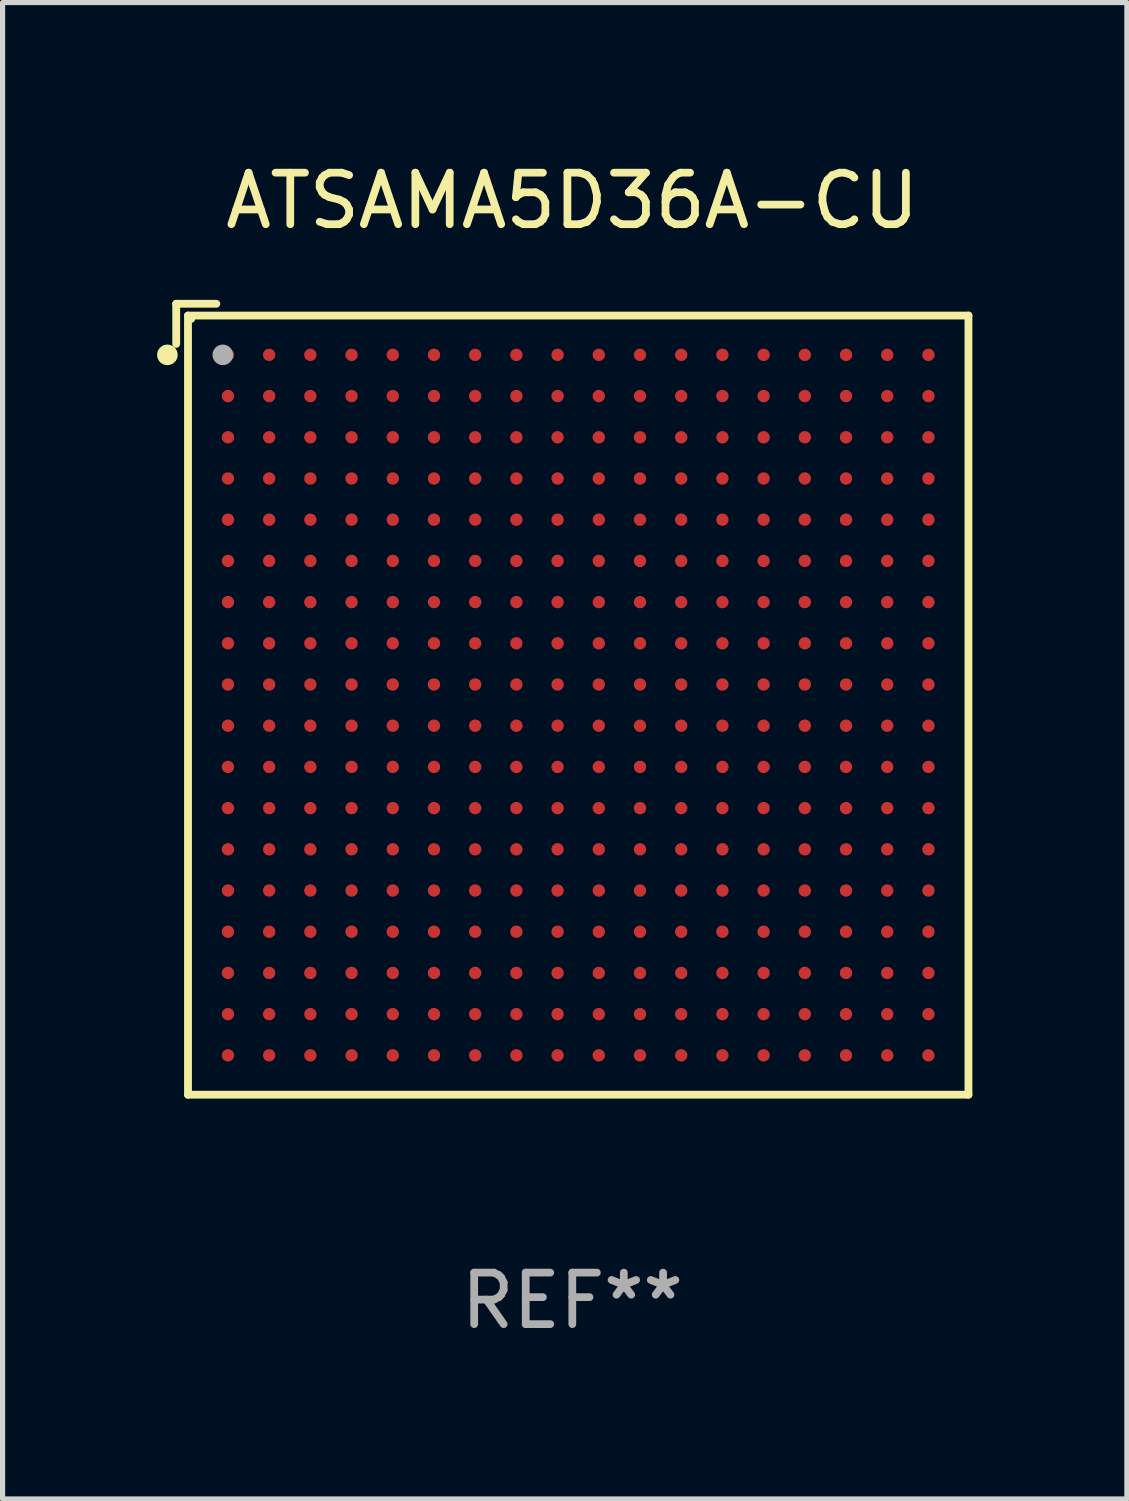
<source format=kicad_pcb>
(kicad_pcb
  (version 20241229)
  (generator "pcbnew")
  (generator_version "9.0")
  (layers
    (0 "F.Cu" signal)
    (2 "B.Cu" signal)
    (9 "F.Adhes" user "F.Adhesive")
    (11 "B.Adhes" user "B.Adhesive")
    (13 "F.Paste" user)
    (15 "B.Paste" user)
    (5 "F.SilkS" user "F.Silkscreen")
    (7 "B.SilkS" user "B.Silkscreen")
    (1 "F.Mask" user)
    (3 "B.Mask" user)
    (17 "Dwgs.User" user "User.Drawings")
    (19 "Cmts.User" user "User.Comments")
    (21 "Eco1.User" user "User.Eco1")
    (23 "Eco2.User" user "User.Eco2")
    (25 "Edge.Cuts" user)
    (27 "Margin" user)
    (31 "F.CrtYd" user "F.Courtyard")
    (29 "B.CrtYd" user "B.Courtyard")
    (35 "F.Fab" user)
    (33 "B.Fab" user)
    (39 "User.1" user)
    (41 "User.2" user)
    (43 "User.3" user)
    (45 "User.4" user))
  (footprint "ATSAMA5D36A-CU"
    (layer "F.Cu")
    (at 8.062 10.526)
    (property "Reference" "ATSAMA5D36A-CU" (at 0 -9.678 0) (layer "F.SilkS") (effects (font (size 1 1) (thickness 0.15))))
    (attr through_hole)
    (fp_line (start -7.691 -7.678) (end -7.691 -6.899) (stroke (width 0.152) (type solid)) (layer "F.SilkS"))
    (fp_line (start -7.462 -7.449) (end 7.691 -7.449) (stroke (width 0.152) (type solid)) (layer "F.SilkS"))
    (fp_line (start -7.462 7.678) (end -7.462 -7.449) (stroke (width 0.152) (type solid)) (layer "F.SilkS"))
    (fp_line (start -6.912 -7.678) (end -7.691 -7.678) (stroke (width 0.152) (type solid)) (layer "F.SilkS"))
    (fp_line (start 7.691 -7.449) (end 7.691 7.678) (stroke (width 0.152) (type solid)) (layer "F.SilkS"))
    (fp_line (start 7.691 7.678) (end -7.462 7.678) (stroke (width 0.152) (type solid)) (layer "F.SilkS"))
    (fp_circle (center -7.862 -6.686) (end -7.762 -6.686) (stroke (width 0.2) (type solid)) (fill no) (layer "F.SilkS"))
    (fp_circle (center -7.386 -7.373) (end -7.356 -7.373) (stroke (width 0.06) (type solid)) (fill no) (layer "F.SilkS"))
    (fp_circle (center -6.786 -6.686) (end -6.686 -6.686) (stroke (width 0.2) (type solid)) (fill no) (layer "F.Fab"))
    (fp_text user "REF**" (at 0 11.678 0) (layer "F.Fab") (effects (font (size 1 1) (thickness 0.15))))
    (pad "A1" smd circle (at -6.686 -6.686) (size 0.24 0.24) (layers "F.Cu" "F.Mask" "F.Paste"))
    (pad "A2" smd circle (at -5.886 -6.686) (size 0.24 0.24) (layers "F.Cu" "F.Mask" "F.Paste"))
    (pad "A3" smd circle (at -5.086 -6.686) (size 0.24 0.24) (layers "F.Cu" "F.Mask" "F.Paste"))
    (pad "A4" smd circle (at -4.286 -6.686) (size 0.24 0.24) (layers "F.Cu" "F.Mask" "F.Paste"))
    (pad "A5" smd circle (at -3.486 -6.686) (size 0.24 0.24) (layers "F.Cu" "F.Mask" "F.Paste"))
    (pad "A6" smd circle (at -2.686 -6.686) (size 0.24 0.24) (layers "F.Cu" "F.Mask" "F.Paste"))
    (pad "A7" smd circle (at -1.886 -6.686) (size 0.24 0.24) (layers "F.Cu" "F.Mask" "F.Paste"))
    (pad "A8" smd circle (at -1.086 -6.686) (size 0.24 0.24) (layers "F.Cu" "F.Mask" "F.Paste"))
    (pad "A9" smd circle (at -0.286 -6.686) (size 0.24 0.24) (layers "F.Cu" "F.Mask" "F.Paste"))
    (pad "A10" smd circle (at 0.514 -6.686) (size 0.24 0.24) (layers "F.Cu" "F.Mask" "F.Paste"))
    (pad "A11" smd circle (at 1.314 -6.686) (size 0.24 0.24) (layers "F.Cu" "F.Mask" "F.Paste"))
    (pad "A12" smd circle (at 2.114 -6.686) (size 0.24 0.24) (layers "F.Cu" "F.Mask" "F.Paste"))
    (pad "A13" smd circle (at 2.914 -6.686) (size 0.24 0.24) (layers "F.Cu" "F.Mask" "F.Paste"))
    (pad "A14" smd circle (at 3.714 -6.686) (size 0.24 0.24) (layers "F.Cu" "F.Mask" "F.Paste"))
    (pad "A15" smd circle (at 4.514 -6.686) (size 0.24 0.24) (layers "F.Cu" "F.Mask" "F.Paste"))
    (pad "A16" smd circle (at 5.314 -6.686) (size 0.24 0.24) (layers "F.Cu" "F.Mask" "F.Paste"))
    (pad "A17" smd circle (at 6.114 -6.686) (size 0.24 0.24) (layers "F.Cu" "F.Mask" "F.Paste"))
    (pad "A18" smd circle (at 6.914 -6.686) (size 0.24 0.24) (layers "F.Cu" "F.Mask" "F.Paste"))
    (pad "B1" smd circle (at -6.686 -5.886) (size 0.24 0.24) (layers "F.Cu" "F.Mask" "F.Paste"))
    (pad "B2" smd circle (at -5.886 -5.886) (size 0.24 0.24) (layers "F.Cu" "F.Mask" "F.Paste"))
    (pad "B3" smd circle (at -5.086 -5.886) (size 0.24 0.24) (layers "F.Cu" "F.Mask" "F.Paste"))
    (pad "B4" smd circle (at -4.286 -5.886) (size 0.24 0.24) (layers "F.Cu" "F.Mask" "F.Paste"))
    (pad "B5" smd circle (at -3.486 -5.886) (size 0.24 0.24) (layers "F.Cu" "F.Mask" "F.Paste"))
    (pad "B6" smd circle (at -2.686 -5.886) (size 0.24 0.24) (layers "F.Cu" "F.Mask" "F.Paste"))
    (pad "B7" smd circle (at -1.886 -5.886) (size 0.24 0.24) (layers "F.Cu" "F.Mask" "F.Paste"))
    (pad "B8" smd circle (at -1.086 -5.886) (size 0.24 0.24) (layers "F.Cu" "F.Mask" "F.Paste"))
    (pad "B9" smd circle (at -0.286 -5.886) (size 0.24 0.24) (layers "F.Cu" "F.Mask" "F.Paste"))
    (pad "B10" smd circle (at 0.514 -5.886) (size 0.24 0.24) (layers "F.Cu" "F.Mask" "F.Paste"))
    (pad "B11" smd circle (at 1.314 -5.886) (size 0.24 0.24) (layers "F.Cu" "F.Mask" "F.Paste"))
    (pad "B12" smd circle (at 2.114 -5.886) (size 0.24 0.24) (layers "F.Cu" "F.Mask" "F.Paste"))
    (pad "B13" smd circle (at 2.914 -5.886) (size 0.24 0.24) (layers "F.Cu" "F.Mask" "F.Paste"))
    (pad "B14" smd circle (at 3.714 -5.886) (size 0.24 0.24) (layers "F.Cu" "F.Mask" "F.Paste"))
    (pad "B15" smd circle (at 4.514 -5.886) (size 0.24 0.24) (layers "F.Cu" "F.Mask" "F.Paste"))
    (pad "B16" smd circle (at 5.314 -5.886) (size 0.24 0.24) (layers "F.Cu" "F.Mask" "F.Paste"))
    (pad "B17" smd circle (at 6.114 -5.886) (size 0.24 0.24) (layers "F.Cu" "F.Mask" "F.Paste"))
    (pad "B18" smd circle (at 6.914 -5.886) (size 0.24 0.24) (layers "F.Cu" "F.Mask" "F.Paste"))
    (pad "C1" smd circle (at -6.686 -5.086) (size 0.24 0.24) (layers "F.Cu" "F.Mask" "F.Paste"))
    (pad "C2" smd circle (at -5.886 -5.086) (size 0.24 0.24) (layers "F.Cu" "F.Mask" "F.Paste"))
    (pad "C3" smd circle (at -5.086 -5.086) (size 0.24 0.24) (layers "F.Cu" "F.Mask" "F.Paste"))
    (pad "C4" smd circle (at -4.286 -5.086) (size 0.24 0.24) (layers "F.Cu" "F.Mask" "F.Paste"))
    (pad "C5" smd circle (at -3.486 -5.086) (size 0.24 0.24) (layers "F.Cu" "F.Mask" "F.Paste"))
    (pad "C6" smd circle (at -2.686 -5.086) (size 0.24 0.24) (layers "F.Cu" "F.Mask" "F.Paste"))
    (pad "C7" smd circle (at -1.886 -5.086) (size 0.24 0.24) (layers "F.Cu" "F.Mask" "F.Paste"))
    (pad "C8" smd circle (at -1.086 -5.086) (size 0.24 0.24) (layers "F.Cu" "F.Mask" "F.Paste"))
    (pad "C9" smd circle (at -0.286 -5.086) (size 0.24 0.24) (layers "F.Cu" "F.Mask" "F.Paste"))
    (pad "C10" smd circle (at 0.514 -5.086) (size 0.24 0.24) (layers "F.Cu" "F.Mask" "F.Paste"))
    (pad "C11" smd circle (at 1.314 -5.086) (size 0.24 0.24) (layers "F.Cu" "F.Mask" "F.Paste"))
    (pad "C12" smd circle (at 2.114 -5.086) (size 0.24 0.24) (layers "F.Cu" "F.Mask" "F.Paste"))
    (pad "C13" smd circle (at 2.914 -5.086) (size 0.24 0.24) (layers "F.Cu" "F.Mask" "F.Paste"))
    (pad "C14" smd circle (at 3.714 -5.086) (size 0.24 0.24) (layers "F.Cu" "F.Mask" "F.Paste"))
    (pad "C15" smd circle (at 4.514 -5.086) (size 0.24 0.24) (layers "F.Cu" "F.Mask" "F.Paste"))
    (pad "C16" smd circle (at 5.314 -5.086) (size 0.24 0.24) (layers "F.Cu" "F.Mask" "F.Paste"))
    (pad "C17" smd circle (at 6.114 -5.086) (size 0.24 0.24) (layers "F.Cu" "F.Mask" "F.Paste"))
    (pad "C18" smd circle (at 6.914 -5.086) (size 0.24 0.24) (layers "F.Cu" "F.Mask" "F.Paste"))
    (pad "D1" smd circle (at -6.686 -4.286) (size 0.24 0.24) (layers "F.Cu" "F.Mask" "F.Paste"))
    (pad "D2" smd circle (at -5.886 -4.286) (size 0.24 0.24) (layers "F.Cu" "F.Mask" "F.Paste"))
    (pad "D3" smd circle (at -5.086 -4.286) (size 0.24 0.24) (layers "F.Cu" "F.Mask" "F.Paste"))
    (pad "D4" smd circle (at -4.286 -4.286) (size 0.24 0.24) (layers "F.Cu" "F.Mask" "F.Paste"))
    (pad "D5" smd circle (at -3.486 -4.286) (size 0.24 0.24) (layers "F.Cu" "F.Mask" "F.Paste"))
    (pad "D6" smd circle (at -2.686 -4.286) (size 0.24 0.24) (layers "F.Cu" "F.Mask" "F.Paste"))
    (pad "D7" smd circle (at -1.886 -4.286) (size 0.24 0.24) (layers "F.Cu" "F.Mask" "F.Paste"))
    (pad "D8" smd circle (at -1.086 -4.286) (size 0.24 0.24) (layers "F.Cu" "F.Mask" "F.Paste"))
    (pad "D9" smd circle (at -0.286 -4.286) (size 0.24 0.24) (layers "F.Cu" "F.Mask" "F.Paste"))
    (pad "D10" smd circle (at 0.514 -4.286) (size 0.24 0.24) (layers "F.Cu" "F.Mask" "F.Paste"))
    (pad "D11" smd circle (at 1.314 -4.286) (size 0.24 0.24) (layers "F.Cu" "F.Mask" "F.Paste"))
    (pad "D12" smd circle (at 2.114 -4.286) (size 0.24 0.24) (layers "F.Cu" "F.Mask" "F.Paste"))
    (pad "D13" smd circle (at 2.914 -4.286) (size 0.24 0.24) (layers "F.Cu" "F.Mask" "F.Paste"))
    (pad "D14" smd circle (at 3.714 -4.286) (size 0.24 0.24) (layers "F.Cu" "F.Mask" "F.Paste"))
    (pad "D15" smd circle (at 4.514 -4.286) (size 0.24 0.24) (layers "F.Cu" "F.Mask" "F.Paste"))
    (pad "D16" smd circle (at 5.314 -4.286) (size 0.24 0.24) (layers "F.Cu" "F.Mask" "F.Paste"))
    (pad "D17" smd circle (at 6.114 -4.286) (size 0.24 0.24) (layers "F.Cu" "F.Mask" "F.Paste"))
    (pad "D18" smd circle (at 6.914 -4.286) (size 0.24 0.24) (layers "F.Cu" "F.Mask" "F.Paste"))
    (pad "E1" smd circle (at -6.686 -3.486) (size 0.24 0.24) (layers "F.Cu" "F.Mask" "F.Paste"))
    (pad "E2" smd circle (at -5.886 -3.486) (size 0.24 0.24) (layers "F.Cu" "F.Mask" "F.Paste"))
    (pad "E3" smd circle (at -5.086 -3.486) (size 0.24 0.24) (layers "F.Cu" "F.Mask" "F.Paste"))
    (pad "E4" smd circle (at -4.286 -3.486) (size 0.24 0.24) (layers "F.Cu" "F.Mask" "F.Paste"))
    (pad "E5" smd circle (at -3.486 -3.486) (size 0.24 0.24) (layers "F.Cu" "F.Mask" "F.Paste"))
    (pad "E6" smd circle (at -2.686 -3.486) (size 0.24 0.24) (layers "F.Cu" "F.Mask" "F.Paste"))
    (pad "E7" smd circle (at -1.886 -3.486) (size 0.24 0.24) (layers "F.Cu" "F.Mask" "F.Paste"))
    (pad "E8" smd circle (at -1.086 -3.486) (size 0.24 0.24) (layers "F.Cu" "F.Mask" "F.Paste"))
    (pad "E9" smd circle (at -0.286 -3.486) (size 0.24 0.24) (layers "F.Cu" "F.Mask" "F.Paste"))
    (pad "E10" smd circle (at 0.514 -3.486) (size 0.24 0.24) (layers "F.Cu" "F.Mask" "F.Paste"))
    (pad "E11" smd circle (at 1.314 -3.486) (size 0.24 0.24) (layers "F.Cu" "F.Mask" "F.Paste"))
    (pad "E12" smd circle (at 2.114 -3.486) (size 0.24 0.24) (layers "F.Cu" "F.Mask" "F.Paste"))
    (pad "E13" smd circle (at 2.914 -3.486) (size 0.24 0.24) (layers "F.Cu" "F.Mask" "F.Paste"))
    (pad "E14" smd circle (at 3.714 -3.486) (size 0.24 0.24) (layers "F.Cu" "F.Mask" "F.Paste"))
    (pad "E15" smd circle (at 4.514 -3.486) (size 0.24 0.24) (layers "F.Cu" "F.Mask" "F.Paste"))
    (pad "E16" smd circle (at 5.314 -3.486) (size 0.24 0.24) (layers "F.Cu" "F.Mask" "F.Paste"))
    (pad "E17" smd circle (at 6.114 -3.486) (size 0.24 0.24) (layers "F.Cu" "F.Mask" "F.Paste"))
    (pad "E18" smd circle (at 6.914 -3.486) (size 0.24 0.24) (layers "F.Cu" "F.Mask" "F.Paste"))
    (pad "F1" smd circle (at -6.686 -2.686) (size 0.24 0.24) (layers "F.Cu" "F.Mask" "F.Paste"))
    (pad "F2" smd circle (at -5.886 -2.686) (size 0.24 0.24) (layers "F.Cu" "F.Mask" "F.Paste"))
    (pad "F3" smd circle (at -5.086 -2.686) (size 0.24 0.24) (layers "F.Cu" "F.Mask" "F.Paste"))
    (pad "F4" smd circle (at -4.286 -2.686) (size 0.24 0.24) (layers "F.Cu" "F.Mask" "F.Paste"))
    (pad "F5" smd circle (at -3.486 -2.686) (size 0.24 0.24) (layers "F.Cu" "F.Mask" "F.Paste"))
    (pad "F6" smd circle (at -2.686 -2.686) (size 0.24 0.24) (layers "F.Cu" "F.Mask" "F.Paste"))
    (pad "F7" smd circle (at -1.886 -2.686) (size 0.24 0.24) (layers "F.Cu" "F.Mask" "F.Paste"))
    (pad "F8" smd circle (at -1.086 -2.686) (size 0.24 0.24) (layers "F.Cu" "F.Mask" "F.Paste"))
    (pad "F9" smd circle (at -0.286 -2.686) (size 0.24 0.24) (layers "F.Cu" "F.Mask" "F.Paste"))
    (pad "F10" smd circle (at 0.514 -2.686) (size 0.24 0.24) (layers "F.Cu" "F.Mask" "F.Paste"))
    (pad "F11" smd circle (at 1.314 -2.686) (size 0.24 0.24) (layers "F.Cu" "F.Mask" "F.Paste"))
    (pad "F12" smd circle (at 2.114 -2.686) (size 0.24 0.24) (layers "F.Cu" "F.Mask" "F.Paste"))
    (pad "F13" smd circle (at 2.914 -2.686) (size 0.24 0.24) (layers "F.Cu" "F.Mask" "F.Paste"))
    (pad "F14" smd circle (at 3.714 -2.686) (size 0.24 0.24) (layers "F.Cu" "F.Mask" "F.Paste"))
    (pad "F15" smd circle (at 4.514 -2.686) (size 0.24 0.24) (layers "F.Cu" "F.Mask" "F.Paste"))
    (pad "F16" smd circle (at 5.314 -2.686) (size 0.24 0.24) (layers "F.Cu" "F.Mask" "F.Paste"))
    (pad "F17" smd circle (at 6.114 -2.686) (size 0.24 0.24) (layers "F.Cu" "F.Mask" "F.Paste"))
    (pad "F18" smd circle (at 6.914 -2.686) (size 0.24 0.24) (layers "F.Cu" "F.Mask" "F.Paste"))
    (pad "G1" smd circle (at -6.686 -1.886) (size 0.24 0.24) (layers "F.Cu" "F.Mask" "F.Paste"))
    (pad "G2" smd circle (at -5.886 -1.886) (size 0.24 0.24) (layers "F.Cu" "F.Mask" "F.Paste"))
    (pad "G3" smd circle (at -5.086 -1.886) (size 0.24 0.24) (layers "F.Cu" "F.Mask" "F.Paste"))
    (pad "G4" smd circle (at -4.286 -1.886) (size 0.24 0.24) (layers "F.Cu" "F.Mask" "F.Paste"))
    (pad "G5" smd circle (at -3.486 -1.886) (size 0.24 0.24) (layers "F.Cu" "F.Mask" "F.Paste"))
    (pad "G6" smd circle (at -2.686 -1.886) (size 0.24 0.24) (layers "F.Cu" "F.Mask" "F.Paste"))
    (pad "G7" smd circle (at -1.886 -1.886) (size 0.24 0.24) (layers "F.Cu" "F.Mask" "F.Paste"))
    (pad "G8" smd circle (at -1.086 -1.886) (size 0.24 0.24) (layers "F.Cu" "F.Mask" "F.Paste"))
    (pad "G9" smd circle (at -0.286 -1.886) (size 0.24 0.24) (layers "F.Cu" "F.Mask" "F.Paste"))
    (pad "G10" smd circle (at 0.514 -1.886) (size 0.24 0.24) (layers "F.Cu" "F.Mask" "F.Paste"))
    (pad "G11" smd circle (at 1.314 -1.886) (size 0.24 0.24) (layers "F.Cu" "F.Mask" "F.Paste"))
    (pad "G12" smd circle (at 2.114 -1.886) (size 0.24 0.24) (layers "F.Cu" "F.Mask" "F.Paste"))
    (pad "G13" smd circle (at 2.914 -1.886) (size 0.24 0.24) (layers "F.Cu" "F.Mask" "F.Paste"))
    (pad "G14" smd circle (at 3.714 -1.886) (size 0.24 0.24) (layers "F.Cu" "F.Mask" "F.Paste"))
    (pad "G15" smd circle (at 4.514 -1.886) (size 0.24 0.24) (layers "F.Cu" "F.Mask" "F.Paste"))
    (pad "G16" smd circle (at 5.314 -1.886) (size 0.24 0.24) (layers "F.Cu" "F.Mask" "F.Paste"))
    (pad "G17" smd circle (at 6.114 -1.886) (size 0.24 0.24) (layers "F.Cu" "F.Mask" "F.Paste"))
    (pad "G18" smd circle (at 6.914 -1.886) (size 0.24 0.24) (layers "F.Cu" "F.Mask" "F.Paste"))
    (pad "H1" smd circle (at -6.686 -1.086) (size 0.24 0.24) (layers "F.Cu" "F.Mask" "F.Paste"))
    (pad "H2" smd circle (at -5.886 -1.086) (size 0.24 0.24) (layers "F.Cu" "F.Mask" "F.Paste"))
    (pad "H3" smd circle (at -5.086 -1.086) (size 0.24 0.24) (layers "F.Cu" "F.Mask" "F.Paste"))
    (pad "H4" smd circle (at -4.286 -1.086) (size 0.24 0.24) (layers "F.Cu" "F.Mask" "F.Paste"))
    (pad "H5" smd circle (at -3.486 -1.086) (size 0.24 0.24) (layers "F.Cu" "F.Mask" "F.Paste"))
    (pad "H6" smd circle (at -2.686 -1.086) (size 0.24 0.24) (layers "F.Cu" "F.Mask" "F.Paste"))
    (pad "H7" smd circle (at -1.886 -1.086) (size 0.24 0.24) (layers "F.Cu" "F.Mask" "F.Paste"))
    (pad "H8" smd circle (at -1.086 -1.086) (size 0.24 0.24) (layers "F.Cu" "F.Mask" "F.Paste"))
    (pad "H9" smd circle (at -0.286 -1.086) (size 0.24 0.24) (layers "F.Cu" "F.Mask" "F.Paste"))
    (pad "H10" smd circle (at 0.514 -1.086) (size 0.24 0.24) (layers "F.Cu" "F.Mask" "F.Paste"))
    (pad "H11" smd circle (at 1.314 -1.086) (size 0.24 0.24) (layers "F.Cu" "F.Mask" "F.Paste"))
    (pad "H12" smd circle (at 2.114 -1.086) (size 0.24 0.24) (layers "F.Cu" "F.Mask" "F.Paste"))
    (pad "H13" smd circle (at 2.914 -1.086) (size 0.24 0.24) (layers "F.Cu" "F.Mask" "F.Paste"))
    (pad "H14" smd circle (at 3.714 -1.086) (size 0.24 0.24) (layers "F.Cu" "F.Mask" "F.Paste"))
    (pad "H15" smd circle (at 4.514 -1.086) (size 0.24 0.24) (layers "F.Cu" "F.Mask" "F.Paste"))
    (pad "H16" smd circle (at 5.314 -1.086) (size 0.24 0.24) (layers "F.Cu" "F.Mask" "F.Paste"))
    (pad "H17" smd circle (at 6.114 -1.086) (size 0.24 0.24) (layers "F.Cu" "F.Mask" "F.Paste"))
    (pad "H18" smd circle (at 6.914 -1.086) (size 0.24 0.24) (layers "F.Cu" "F.Mask" "F.Paste"))
    (pad "J1" smd circle (at -6.686 -0.286) (size 0.24 0.24) (layers "F.Cu" "F.Mask" "F.Paste"))
    (pad "J2" smd circle (at -5.886 -0.286) (size 0.24 0.24) (layers "F.Cu" "F.Mask" "F.Paste"))
    (pad "J3" smd circle (at -5.086 -0.286) (size 0.24 0.24) (layers "F.Cu" "F.Mask" "F.Paste"))
    (pad "J4" smd circle (at -4.286 -0.286) (size 0.24 0.24) (layers "F.Cu" "F.Mask" "F.Paste"))
    (pad "J5" smd circle (at -3.486 -0.286) (size 0.24 0.24) (layers "F.Cu" "F.Mask" "F.Paste"))
    (pad "J6" smd circle (at -2.686 -0.286) (size 0.24 0.24) (layers "F.Cu" "F.Mask" "F.Paste"))
    (pad "J7" smd circle (at -1.886 -0.286) (size 0.24 0.24) (layers "F.Cu" "F.Mask" "F.Paste"))
    (pad "J8" smd circle (at -1.086 -0.286) (size 0.24 0.24) (layers "F.Cu" "F.Mask" "F.Paste"))
    (pad "J9" smd circle (at -0.286 -0.286) (size 0.24 0.24) (layers "F.Cu" "F.Mask" "F.Paste"))
    (pad "J10" smd circle (at 0.514 -0.286) (size 0.24 0.24) (layers "F.Cu" "F.Mask" "F.Paste"))
    (pad "J11" smd circle (at 1.314 -0.286) (size 0.24 0.24) (layers "F.Cu" "F.Mask" "F.Paste"))
    (pad "J12" smd circle (at 2.114 -0.286) (size 0.24 0.24) (layers "F.Cu" "F.Mask" "F.Paste"))
    (pad "J13" smd circle (at 2.914 -0.286) (size 0.24 0.24) (layers "F.Cu" "F.Mask" "F.Paste"))
    (pad "J14" smd circle (at 3.714 -0.286) (size 0.24 0.24) (layers "F.Cu" "F.Mask" "F.Paste"))
    (pad "J15" smd circle (at 4.514 -0.286) (size 0.24 0.24) (layers "F.Cu" "F.Mask" "F.Paste"))
    (pad "J16" smd circle (at 5.314 -0.286) (size 0.24 0.24) (layers "F.Cu" "F.Mask" "F.Paste"))
    (pad "J17" smd circle (at 6.114 -0.286) (size 0.24 0.24) (layers "F.Cu" "F.Mask" "F.Paste"))
    (pad "J18" smd circle (at 6.914 -0.286) (size 0.24 0.24) (layers "F.Cu" "F.Mask" "F.Paste"))
    (pad "K1" smd circle (at -6.686 0.514) (size 0.24 0.24) (layers "F.Cu" "F.Mask" "F.Paste"))
    (pad "K2" smd circle (at -5.886 0.514) (size 0.24 0.24) (layers "F.Cu" "F.Mask" "F.Paste"))
    (pad "K3" smd circle (at -5.086 0.514) (size 0.24 0.24) (layers "F.Cu" "F.Mask" "F.Paste"))
    (pad "K4" smd circle (at -4.286 0.514) (size 0.24 0.24) (layers "F.Cu" "F.Mask" "F.Paste"))
    (pad "K5" smd circle (at -3.486 0.514) (size 0.24 0.24) (layers "F.Cu" "F.Mask" "F.Paste"))
    (pad "K6" smd circle (at -2.686 0.514) (size 0.24 0.24) (layers "F.Cu" "F.Mask" "F.Paste"))
    (pad "K7" smd circle (at -1.886 0.514) (size 0.24 0.24) (layers "F.Cu" "F.Mask" "F.Paste"))
    (pad "K8" smd circle (at -1.086 0.514) (size 0.24 0.24) (layers "F.Cu" "F.Mask" "F.Paste"))
    (pad "K9" smd circle (at -0.286 0.514) (size 0.24 0.24) (layers "F.Cu" "F.Mask" "F.Paste"))
    (pad "K10" smd circle (at 0.514 0.514) (size 0.24 0.24) (layers "F.Cu" "F.Mask" "F.Paste"))
    (pad "K11" smd circle (at 1.314 0.514) (size 0.24 0.24) (layers "F.Cu" "F.Mask" "F.Paste"))
    (pad "K12" smd circle (at 2.114 0.514) (size 0.24 0.24) (layers "F.Cu" "F.Mask" "F.Paste"))
    (pad "K13" smd circle (at 2.914 0.514) (size 0.24 0.24) (layers "F.Cu" "F.Mask" "F.Paste"))
    (pad "K14" smd circle (at 3.714 0.514) (size 0.24 0.24) (layers "F.Cu" "F.Mask" "F.Paste"))
    (pad "K15" smd circle (at 4.514 0.514) (size 0.24 0.24) (layers "F.Cu" "F.Mask" "F.Paste"))
    (pad "K16" smd circle (at 5.314 0.514) (size 0.24 0.24) (layers "F.Cu" "F.Mask" "F.Paste"))
    (pad "K17" smd circle (at 6.114 0.514) (size 0.24 0.24) (layers "F.Cu" "F.Mask" "F.Paste"))
    (pad "K18" smd circle (at 6.914 0.514) (size 0.24 0.24) (layers "F.Cu" "F.Mask" "F.Paste"))
    (pad "L1" smd circle (at -6.686 1.314) (size 0.24 0.24) (layers "F.Cu" "F.Mask" "F.Paste"))
    (pad "L2" smd circle (at -5.886 1.314) (size 0.24 0.24) (layers "F.Cu" "F.Mask" "F.Paste"))
    (pad "L3" smd circle (at -5.086 1.314) (size 0.24 0.24) (layers "F.Cu" "F.Mask" "F.Paste"))
    (pad "L4" smd circle (at -4.286 1.314) (size 0.24 0.24) (layers "F.Cu" "F.Mask" "F.Paste"))
    (pad "L5" smd circle (at -3.486 1.314) (size 0.24 0.24) (layers "F.Cu" "F.Mask" "F.Paste"))
    (pad "L6" smd circle (at -2.686 1.314) (size 0.24 0.24) (layers "F.Cu" "F.Mask" "F.Paste"))
    (pad "L7" smd circle (at -1.886 1.314) (size 0.24 0.24) (layers "F.Cu" "F.Mask" "F.Paste"))
    (pad "L8" smd circle (at -1.086 1.314) (size 0.24 0.24) (layers "F.Cu" "F.Mask" "F.Paste"))
    (pad "L9" smd circle (at -0.286 1.314) (size 0.24 0.24) (layers "F.Cu" "F.Mask" "F.Paste"))
    (pad "L10" smd circle (at 0.514 1.314) (size 0.24 0.24) (layers "F.Cu" "F.Mask" "F.Paste"))
    (pad "L11" smd circle (at 1.314 1.314) (size 0.24 0.24) (layers "F.Cu" "F.Mask" "F.Paste"))
    (pad "L12" smd circle (at 2.114 1.314) (size 0.24 0.24) (layers "F.Cu" "F.Mask" "F.Paste"))
    (pad "L13" smd circle (at 2.914 1.314) (size 0.24 0.24) (layers "F.Cu" "F.Mask" "F.Paste"))
    (pad "L14" smd circle (at 3.714 1.314) (size 0.24 0.24) (layers "F.Cu" "F.Mask" "F.Paste"))
    (pad "L15" smd circle (at 4.514 1.314) (size 0.24 0.24) (layers "F.Cu" "F.Mask" "F.Paste"))
    (pad "L16" smd circle (at 5.314 1.314) (size 0.24 0.24) (layers "F.Cu" "F.Mask" "F.Paste"))
    (pad "L17" smd circle (at 6.114 1.314) (size 0.24 0.24) (layers "F.Cu" "F.Mask" "F.Paste"))
    (pad "L18" smd circle (at 6.914 1.314) (size 0.24 0.24) (layers "F.Cu" "F.Mask" "F.Paste"))
    (pad "M1" smd circle (at -6.686 2.114) (size 0.24 0.24) (layers "F.Cu" "F.Mask" "F.Paste"))
    (pad "M2" smd circle (at -5.886 2.114) (size 0.24 0.24) (layers "F.Cu" "F.Mask" "F.Paste"))
    (pad "M3" smd circle (at -5.086 2.114) (size 0.24 0.24) (layers "F.Cu" "F.Mask" "F.Paste"))
    (pad "M4" smd circle (at -4.286 2.114) (size 0.24 0.24) (layers "F.Cu" "F.Mask" "F.Paste"))
    (pad "M5" smd circle (at -3.486 2.114) (size 0.24 0.24) (layers "F.Cu" "F.Mask" "F.Paste"))
    (pad "M6" smd circle (at -2.686 2.114) (size 0.24 0.24) (layers "F.Cu" "F.Mask" "F.Paste"))
    (pad "M7" smd circle (at -1.886 2.114) (size 0.24 0.24) (layers "F.Cu" "F.Mask" "F.Paste"))
    (pad "M8" smd circle (at -1.086 2.114) (size 0.24 0.24) (layers "F.Cu" "F.Mask" "F.Paste"))
    (pad "M9" smd circle (at -0.286 2.114) (size 0.24 0.24) (layers "F.Cu" "F.Mask" "F.Paste"))
    (pad "M10" smd circle (at 0.514 2.114) (size 0.24 0.24) (layers "F.Cu" "F.Mask" "F.Paste"))
    (pad "M11" smd circle (at 1.314 2.114) (size 0.24 0.24) (layers "F.Cu" "F.Mask" "F.Paste"))
    (pad "M12" smd circle (at 2.114 2.114) (size 0.24 0.24) (layers "F.Cu" "F.Mask" "F.Paste"))
    (pad "M13" smd circle (at 2.914 2.114) (size 0.24 0.24) (layers "F.Cu" "F.Mask" "F.Paste"))
    (pad "M14" smd circle (at 3.714 2.114) (size 0.24 0.24) (layers "F.Cu" "F.Mask" "F.Paste"))
    (pad "M15" smd circle (at 4.514 2.114) (size 0.24 0.24) (layers "F.Cu" "F.Mask" "F.Paste"))
    (pad "M16" smd circle (at 5.314 2.114) (size 0.24 0.24) (layers "F.Cu" "F.Mask" "F.Paste"))
    (pad "M17" smd circle (at 6.114 2.114) (size 0.24 0.24) (layers "F.Cu" "F.Mask" "F.Paste"))
    (pad "M18" smd circle (at 6.914 2.114) (size 0.24 0.24) (layers "F.Cu" "F.Mask" "F.Paste"))
    (pad "N1" smd circle (at -6.686 2.914) (size 0.24 0.24) (layers "F.Cu" "F.Mask" "F.Paste"))
    (pad "N2" smd circle (at -5.886 2.914) (size 0.24 0.24) (layers "F.Cu" "F.Mask" "F.Paste"))
    (pad "N3" smd circle (at -5.086 2.914) (size 0.24 0.24) (layers "F.Cu" "F.Mask" "F.Paste"))
    (pad "N4" smd circle (at -4.286 2.914) (size 0.24 0.24) (layers "F.Cu" "F.Mask" "F.Paste"))
    (pad "N5" smd circle (at -3.486 2.914) (size 0.24 0.24) (layers "F.Cu" "F.Mask" "F.Paste"))
    (pad "N6" smd circle (at -2.686 2.914) (size 0.24 0.24) (layers "F.Cu" "F.Mask" "F.Paste"))
    (pad "N7" smd circle (at -1.886 2.914) (size 0.24 0.24) (layers "F.Cu" "F.Mask" "F.Paste"))
    (pad "N8" smd circle (at -1.086 2.914) (size 0.24 0.24) (layers "F.Cu" "F.Mask" "F.Paste"))
    (pad "N9" smd circle (at -0.286 2.914) (size 0.24 0.24) (layers "F.Cu" "F.Mask" "F.Paste"))
    (pad "N10" smd circle (at 0.514 2.914) (size 0.24 0.24) (layers "F.Cu" "F.Mask" "F.Paste"))
    (pad "N11" smd circle (at 1.314 2.914) (size 0.24 0.24) (layers "F.Cu" "F.Mask" "F.Paste"))
    (pad "N12" smd circle (at 2.114 2.914) (size 0.24 0.24) (layers "F.Cu" "F.Mask" "F.Paste"))
    (pad "N13" smd circle (at 2.914 2.914) (size 0.24 0.24) (layers "F.Cu" "F.Mask" "F.Paste"))
    (pad "N14" smd circle (at 3.714 2.914) (size 0.24 0.24) (layers "F.Cu" "F.Mask" "F.Paste"))
    (pad "N15" smd circle (at 4.514 2.914) (size 0.24 0.24) (layers "F.Cu" "F.Mask" "F.Paste"))
    (pad "N16" smd circle (at 5.314 2.914) (size 0.24 0.24) (layers "F.Cu" "F.Mask" "F.Paste"))
    (pad "N17" smd circle (at 6.114 2.914) (size 0.24 0.24) (layers "F.Cu" "F.Mask" "F.Paste"))
    (pad "N18" smd circle (at 6.914 2.914) (size 0.24 0.24) (layers "F.Cu" "F.Mask" "F.Paste"))
    (pad "P1" smd circle (at -6.686 3.714) (size 0.24 0.24) (layers "F.Cu" "F.Mask" "F.Paste"))
    (pad "P2" smd circle (at -5.886 3.714) (size 0.24 0.24) (layers "F.Cu" "F.Mask" "F.Paste"))
    (pad "P3" smd circle (at -5.086 3.714) (size 0.24 0.24) (layers "F.Cu" "F.Mask" "F.Paste"))
    (pad "P4" smd circle (at -4.286 3.714) (size 0.24 0.24) (layers "F.Cu" "F.Mask" "F.Paste"))
    (pad "P5" smd circle (at -3.486 3.714) (size 0.24 0.24) (layers "F.Cu" "F.Mask" "F.Paste"))
    (pad "P6" smd circle (at -2.686 3.714) (size 0.24 0.24) (layers "F.Cu" "F.Mask" "F.Paste"))
    (pad "P7" smd circle (at -1.886 3.714) (size 0.24 0.24) (layers "F.Cu" "F.Mask" "F.Paste"))
    (pad "P8" smd circle (at -1.086 3.714) (size 0.24 0.24) (layers "F.Cu" "F.Mask" "F.Paste"))
    (pad "P9" smd circle (at -0.286 3.714) (size 0.24 0.24) (layers "F.Cu" "F.Mask" "F.Paste"))
    (pad "P10" smd circle (at 0.514 3.714) (size 0.24 0.24) (layers "F.Cu" "F.Mask" "F.Paste"))
    (pad "P11" smd circle (at 1.314 3.714) (size 0.24 0.24) (layers "F.Cu" "F.Mask" "F.Paste"))
    (pad "P12" smd circle (at 2.114 3.714) (size 0.24 0.24) (layers "F.Cu" "F.Mask" "F.Paste"))
    (pad "P13" smd circle (at 2.914 3.714) (size 0.24 0.24) (layers "F.Cu" "F.Mask" "F.Paste"))
    (pad "P14" smd circle (at 3.714 3.714) (size 0.24 0.24) (layers "F.Cu" "F.Mask" "F.Paste"))
    (pad "P15" smd circle (at 4.514 3.714) (size 0.24 0.24) (layers "F.Cu" "F.Mask" "F.Paste"))
    (pad "P16" smd circle (at 5.314 3.714) (size 0.24 0.24) (layers "F.Cu" "F.Mask" "F.Paste"))
    (pad "P17" smd circle (at 6.114 3.714) (size 0.24 0.24) (layers "F.Cu" "F.Mask" "F.Paste"))
    (pad "P18" smd circle (at 6.914 3.714) (size 0.24 0.24) (layers "F.Cu" "F.Mask" "F.Paste"))
    (pad "R1" smd circle (at -6.686 4.514) (size 0.24 0.24) (layers "F.Cu" "F.Mask" "F.Paste"))
    (pad "R2" smd circle (at -5.886 4.514) (size 0.24 0.24) (layers "F.Cu" "F.Mask" "F.Paste"))
    (pad "R3" smd circle (at -5.086 4.514) (size 0.24 0.24) (layers "F.Cu" "F.Mask" "F.Paste"))
    (pad "R4" smd circle (at -4.286 4.514) (size 0.24 0.24) (layers "F.Cu" "F.Mask" "F.Paste"))
    (pad "R5" smd circle (at -3.486 4.514) (size 0.24 0.24) (layers "F.Cu" "F.Mask" "F.Paste"))
    (pad "R6" smd circle (at -2.686 4.514) (size 0.24 0.24) (layers "F.Cu" "F.Mask" "F.Paste"))
    (pad "R7" smd circle (at -1.886 4.514) (size 0.24 0.24) (layers "F.Cu" "F.Mask" "F.Paste"))
    (pad "R8" smd circle (at -1.086 4.514) (size 0.24 0.24) (layers "F.Cu" "F.Mask" "F.Paste"))
    (pad "R9" smd circle (at -0.286 4.514) (size 0.24 0.24) (layers "F.Cu" "F.Mask" "F.Paste"))
    (pad "R10" smd circle (at 0.514 4.514) (size 0.24 0.24) (layers "F.Cu" "F.Mask" "F.Paste"))
    (pad "R11" smd circle (at 1.314 4.514) (size 0.24 0.24) (layers "F.Cu" "F.Mask" "F.Paste"))
    (pad "R12" smd circle (at 2.114 4.514) (size 0.24 0.24) (layers "F.Cu" "F.Mask" "F.Paste"))
    (pad "R13" smd circle (at 2.914 4.514) (size 0.24 0.24) (layers "F.Cu" "F.Mask" "F.Paste"))
    (pad "R14" smd circle (at 3.714 4.514) (size 0.24 0.24) (layers "F.Cu" "F.Mask" "F.Paste"))
    (pad "R15" smd circle (at 4.514 4.514) (size 0.24 0.24) (layers "F.Cu" "F.Mask" "F.Paste"))
    (pad "R16" smd circle (at 5.314 4.514) (size 0.24 0.24) (layers "F.Cu" "F.Mask" "F.Paste"))
    (pad "R17" smd circle (at 6.114 4.514) (size 0.24 0.24) (layers "F.Cu" "F.Mask" "F.Paste"))
    (pad "R18" smd circle (at 6.914 4.514) (size 0.24 0.24) (layers "F.Cu" "F.Mask" "F.Paste"))
    (pad "T1" smd circle (at -6.686 5.314) (size 0.24 0.24) (layers "F.Cu" "F.Mask" "F.Paste"))
    (pad "T2" smd circle (at -5.886 5.314) (size 0.24 0.24) (layers "F.Cu" "F.Mask" "F.Paste"))
    (pad "T3" smd circle (at -5.086 5.314) (size 0.24 0.24) (layers "F.Cu" "F.Mask" "F.Paste"))
    (pad "T4" smd circle (at -4.286 5.314) (size 0.24 0.24) (layers "F.Cu" "F.Mask" "F.Paste"))
    (pad "T5" smd circle (at -3.486 5.314) (size 0.24 0.24) (layers "F.Cu" "F.Mask" "F.Paste"))
    (pad "T6" smd circle (at -2.686 5.314) (size 0.24 0.24) (layers "F.Cu" "F.Mask" "F.Paste"))
    (pad "T7" smd circle (at -1.886 5.314) (size 0.24 0.24) (layers "F.Cu" "F.Mask" "F.Paste"))
    (pad "T8" smd circle (at -1.086 5.314) (size 0.24 0.24) (layers "F.Cu" "F.Mask" "F.Paste"))
    (pad "T9" smd circle (at -0.286 5.314) (size 0.24 0.24) (layers "F.Cu" "F.Mask" "F.Paste"))
    (pad "T10" smd circle (at 0.514 5.314) (size 0.24 0.24) (layers "F.Cu" "F.Mask" "F.Paste"))
    (pad "T11" smd circle (at 1.314 5.314) (size 0.24 0.24) (layers "F.Cu" "F.Mask" "F.Paste"))
    (pad "T12" smd circle (at 2.114 5.314) (size 0.24 0.24) (layers "F.Cu" "F.Mask" "F.Paste"))
    (pad "T13" smd circle (at 2.914 5.314) (size 0.24 0.24) (layers "F.Cu" "F.Mask" "F.Paste"))
    (pad "T14" smd circle (at 3.714 5.314) (size 0.24 0.24) (layers "F.Cu" "F.Mask" "F.Paste"))
    (pad "T15" smd circle (at 4.514 5.314) (size 0.24 0.24) (layers "F.Cu" "F.Mask" "F.Paste"))
    (pad "T16" smd circle (at 5.314 5.314) (size 0.24 0.24) (layers "F.Cu" "F.Mask" "F.Paste"))
    (pad "T17" smd circle (at 6.114 5.314) (size 0.24 0.24) (layers "F.Cu" "F.Mask" "F.Paste"))
    (pad "T18" smd circle (at 6.914 5.314) (size 0.24 0.24) (layers "F.Cu" "F.Mask" "F.Paste"))
    (pad "U1" smd circle (at -6.686 6.114) (size 0.24 0.24) (layers "F.Cu" "F.Mask" "F.Paste"))
    (pad "U2" smd circle (at -5.886 6.114) (size 0.24 0.24) (layers "F.Cu" "F.Mask" "F.Paste"))
    (pad "U3" smd circle (at -5.086 6.114) (size 0.24 0.24) (layers "F.Cu" "F.Mask" "F.Paste"))
    (pad "U4" smd circle (at -4.286 6.114) (size 0.24 0.24) (layers "F.Cu" "F.Mask" "F.Paste"))
    (pad "U5" smd circle (at -3.486 6.114) (size 0.24 0.24) (layers "F.Cu" "F.Mask" "F.Paste"))
    (pad "U6" smd circle (at -2.686 6.114) (size 0.24 0.24) (layers "F.Cu" "F.Mask" "F.Paste"))
    (pad "U7" smd circle (at -1.886 6.114) (size 0.24 0.24) (layers "F.Cu" "F.Mask" "F.Paste"))
    (pad "U8" smd circle (at -1.086 6.114) (size 0.24 0.24) (layers "F.Cu" "F.Mask" "F.Paste"))
    (pad "U9" smd circle (at -0.286 6.114) (size 0.24 0.24) (layers "F.Cu" "F.Mask" "F.Paste"))
    (pad "U10" smd circle (at 0.514 6.114) (size 0.24 0.24) (layers "F.Cu" "F.Mask" "F.Paste"))
    (pad "U11" smd circle (at 1.314 6.114) (size 0.24 0.24) (layers "F.Cu" "F.Mask" "F.Paste"))
    (pad "U12" smd circle (at 2.114 6.114) (size 0.24 0.24) (layers "F.Cu" "F.Mask" "F.Paste"))
    (pad "U13" smd circle (at 2.914 6.114) (size 0.24 0.24) (layers "F.Cu" "F.Mask" "F.Paste"))
    (pad "U14" smd circle (at 3.714 6.114) (size 0.24 0.24) (layers "F.Cu" "F.Mask" "F.Paste"))
    (pad "U15" smd circle (at 4.514 6.114) (size 0.24 0.24) (layers "F.Cu" "F.Mask" "F.Paste"))
    (pad "U16" smd circle (at 5.314 6.114) (size 0.24 0.24) (layers "F.Cu" "F.Mask" "F.Paste"))
    (pad "U17" smd circle (at 6.114 6.114) (size 0.24 0.24) (layers "F.Cu" "F.Mask" "F.Paste"))
    (pad "U18" smd circle (at 6.914 6.114) (size 0.24 0.24) (layers "F.Cu" "F.Mask" "F.Paste"))
    (pad "V1" smd circle (at -6.686 6.914) (size 0.24 0.24) (layers "F.Cu" "F.Mask" "F.Paste"))
    (pad "V2" smd circle (at -5.886 6.914) (size 0.24 0.24) (layers "F.Cu" "F.Mask" "F.Paste"))
    (pad "V3" smd circle (at -5.086 6.914) (size 0.24 0.24) (layers "F.Cu" "F.Mask" "F.Paste"))
    (pad "V4" smd circle (at -4.286 6.914) (size 0.24 0.24) (layers "F.Cu" "F.Mask" "F.Paste"))
    (pad "V5" smd circle (at -3.486 6.914) (size 0.24 0.24) (layers "F.Cu" "F.Mask" "F.Paste"))
    (pad "V6" smd circle (at -2.686 6.914) (size 0.24 0.24) (layers "F.Cu" "F.Mask" "F.Paste"))
    (pad "V7" smd circle (at -1.886 6.914) (size 0.24 0.24) (layers "F.Cu" "F.Mask" "F.Paste"))
    (pad "V8" smd circle (at -1.086 6.914) (size 0.24 0.24) (layers "F.Cu" "F.Mask" "F.Paste"))
    (pad "V9" smd circle (at -0.286 6.914) (size 0.24 0.24) (layers "F.Cu" "F.Mask" "F.Paste"))
    (pad "V10" smd circle (at 0.514 6.914) (size 0.24 0.24) (layers "F.Cu" "F.Mask" "F.Paste"))
    (pad "V11" smd circle (at 1.314 6.914) (size 0.24 0.24) (layers "F.Cu" "F.Mask" "F.Paste"))
    (pad "V12" smd circle (at 2.114 6.914) (size 0.24 0.24) (layers "F.Cu" "F.Mask" "F.Paste"))
    (pad "V13" smd circle (at 2.914 6.914) (size 0.24 0.24) (layers "F.Cu" "F.Mask" "F.Paste"))
    (pad "V14" smd circle (at 3.714 6.914) (size 0.24 0.24) (layers "F.Cu" "F.Mask" "F.Paste"))
    (pad "V15" smd circle (at 4.514 6.914) (size 0.24 0.24) (layers "F.Cu" "F.Mask" "F.Paste"))
    (pad "V16" smd circle (at 5.314 6.914) (size 0.24 0.24) (layers "F.Cu" "F.Mask" "F.Paste"))
    (pad "V17" smd circle (at 6.114 6.914) (size 0.24 0.24) (layers "F.Cu" "F.Mask" "F.Paste"))
    (pad "V18" smd circle (at 6.914 6.914) (size 0.24 0.24) (layers "F.Cu" "F.Mask" "F.Paste")))
  (gr_rect
    (start -3 -3)
    (end 18.829 26.053)
    (stroke (width 0.1) (type default))
    (fill no)
    (layer "Edge.Cuts")))
</source>
